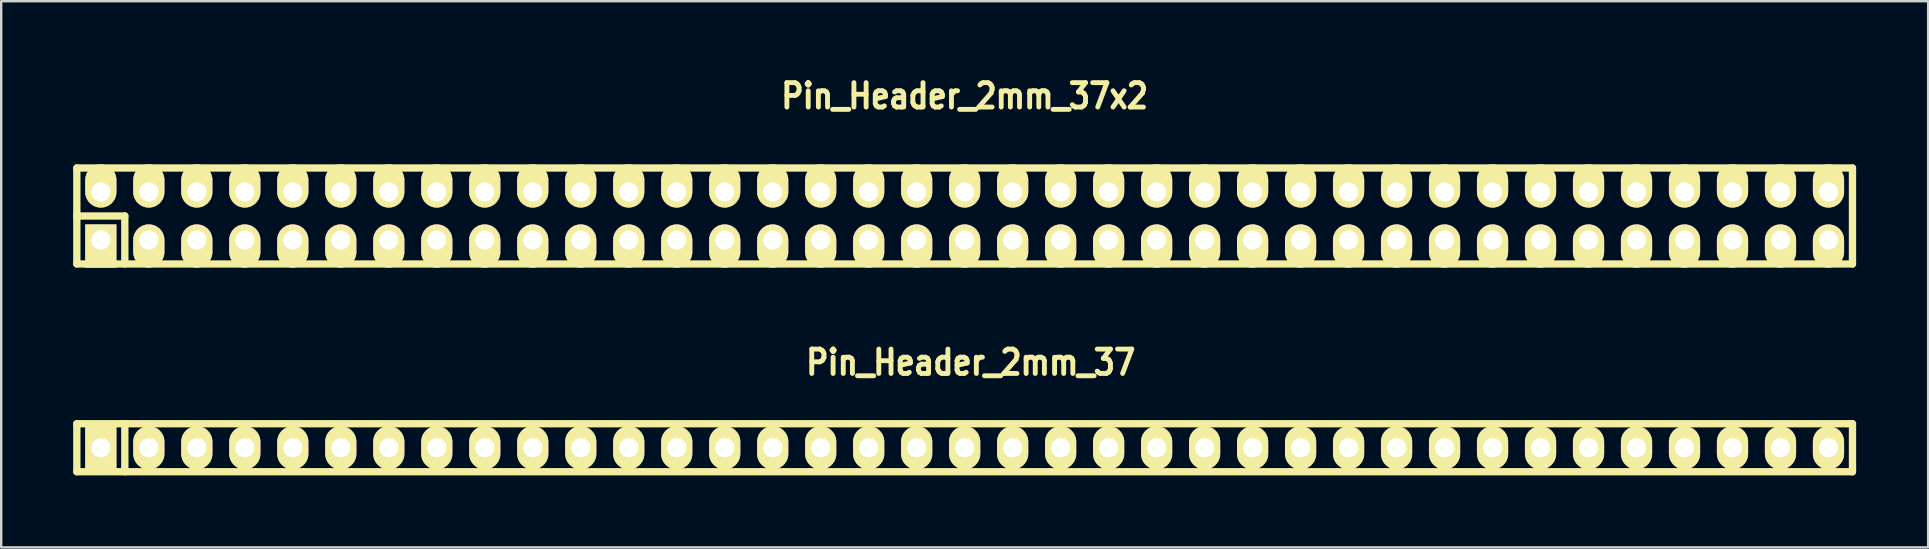
<source format=kicad_pcb>
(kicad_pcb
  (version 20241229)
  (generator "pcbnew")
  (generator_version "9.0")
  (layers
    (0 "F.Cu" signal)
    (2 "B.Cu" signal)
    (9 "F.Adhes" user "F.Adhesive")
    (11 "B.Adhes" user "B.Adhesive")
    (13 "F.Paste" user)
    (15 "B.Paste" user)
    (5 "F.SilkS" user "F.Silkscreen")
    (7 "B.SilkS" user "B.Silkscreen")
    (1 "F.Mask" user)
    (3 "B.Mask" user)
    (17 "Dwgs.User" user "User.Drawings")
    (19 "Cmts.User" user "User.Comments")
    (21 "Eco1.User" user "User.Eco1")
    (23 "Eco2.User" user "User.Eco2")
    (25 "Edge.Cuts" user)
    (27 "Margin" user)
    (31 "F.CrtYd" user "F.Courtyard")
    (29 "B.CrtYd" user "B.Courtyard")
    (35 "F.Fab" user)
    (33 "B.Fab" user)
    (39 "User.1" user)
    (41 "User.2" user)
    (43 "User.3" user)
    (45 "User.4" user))
  (footprint "Pin_Header_2mm_37x2"
    (layer "F.Cu")
    (at 37.152 5.951)
    (property "Reference" "Pin_Header_2mm_37x2" (at 0 -5 0) (layer "F.SilkS") (effects (font (size 1.016 0.889) (thickness 0.203))))
    (attr through_hole)
    (fp_line (start -37 -2) (end 37 -2) (stroke (width 0.305) (type solid)) (layer "F.SilkS"))
    (fp_line (start -37 0) (end -35 0) (stroke (width 0.305) (type solid)) (layer "F.SilkS"))
    (fp_line (start -37 2) (end -37 -2) (stroke (width 0.305) (type solid)) (layer "F.SilkS"))
    (fp_line (start -35 0) (end -35 2) (stroke (width 0.305) (type solid)) (layer "F.SilkS"))
    (fp_line (start 37 -2) (end 37 2) (stroke (width 0.305) (type solid)) (layer "F.SilkS"))
    (fp_line (start 37 2) (end -37 2) (stroke (width 0.305) (type solid)) (layer "F.SilkS"))
    (pad "1" thru_hole rect (at -36 1) (size 1.3 1.8) (drill 0.8 (offset 0 0.25)) (layers "*.Cu" "*.Mask" "F.SilkS"))
    (pad "2" thru_hole oval (at -36 -1) (size 1.3 1.8) (drill 0.8 (offset 0 -0.25)) (layers "*.Cu" "*.Mask" "F.SilkS"))
    (pad "3" thru_hole oval (at -34 1) (size 1.3 1.8) (drill 0.8 (offset 0 0.25)) (layers "*.Cu" "*.Mask" "F.SilkS"))
    (pad "4" thru_hole oval (at -34 -1) (size 1.3 1.8) (drill 0.8 (offset 0 -0.25)) (layers "*.Cu" "*.Mask" "F.SilkS"))
    (pad "5" thru_hole oval (at -32 1) (size 1.3 1.8) (drill 0.8 (offset 0 0.25)) (layers "*.Cu" "*.Mask" "F.SilkS"))
    (pad "6" thru_hole oval (at -32 -1) (size 1.3 1.8) (drill 0.8 (offset 0 -0.25)) (layers "*.Cu" "*.Mask" "F.SilkS"))
    (pad "7" thru_hole oval (at -30 1) (size 1.3 1.8) (drill 0.8 (offset 0 0.25)) (layers "*.Cu" "*.Mask" "F.SilkS"))
    (pad "8" thru_hole oval (at -30 -1) (size 1.3 1.8) (drill 0.8 (offset 0 -0.25)) (layers "*.Cu" "*.Mask" "F.SilkS"))
    (pad "9" thru_hole oval (at -28 1) (size 1.3 1.8) (drill 0.8 (offset 0 0.25)) (layers "*.Cu" "*.Mask" "F.SilkS"))
    (pad "10" thru_hole oval (at -28 -1) (size 1.3 1.8) (drill 0.8 (offset 0 -0.25)) (layers "*.Cu" "*.Mask" "F.SilkS"))
    (pad "11" thru_hole oval (at -26 1) (size 1.3 1.8) (drill 0.8 (offset 0 0.25)) (layers "*.Cu" "*.Mask" "F.SilkS"))
    (pad "12" thru_hole oval (at -26 -1) (size 1.3 1.8) (drill 0.8 (offset 0 -0.25)) (layers "*.Cu" "*.Mask" "F.SilkS"))
    (pad "13" thru_hole oval (at -24 1) (size 1.3 1.8) (drill 0.8 (offset 0 0.25)) (layers "*.Cu" "*.Mask" "F.SilkS"))
    (pad "14" thru_hole oval (at -24 -1) (size 1.3 1.8) (drill 0.8 (offset 0 -0.25)) (layers "*.Cu" "*.Mask" "F.SilkS"))
    (pad "15" thru_hole oval (at -22 1) (size 1.3 1.8) (drill 0.8 (offset 0 0.25)) (layers "*.Cu" "*.Mask" "F.SilkS"))
    (pad "16" thru_hole oval (at -22 -1) (size 1.3 1.8) (drill 0.8 (offset 0 -0.25)) (layers "*.Cu" "*.Mask" "F.SilkS"))
    (pad "17" thru_hole oval (at -20 1) (size 1.3 1.8) (drill 0.8 (offset 0 0.25)) (layers "*.Cu" "*.Mask" "F.SilkS"))
    (pad "18" thru_hole oval (at -20 -1) (size 1.3 1.8) (drill 0.8 (offset 0 -0.25)) (layers "*.Cu" "*.Mask" "F.SilkS"))
    (pad "19" thru_hole oval (at -18 1) (size 1.3 1.8) (drill 0.8 (offset 0 0.25)) (layers "*.Cu" "*.Mask" "F.SilkS"))
    (pad "20" thru_hole oval (at -18 -1) (size 1.3 1.8) (drill 0.8 (offset 0 -0.25)) (layers "*.Cu" "*.Mask" "F.SilkS"))
    (pad "21" thru_hole oval (at -16 1) (size 1.3 1.8) (drill 0.8 (offset 0 0.25)) (layers "*.Cu" "*.Mask" "F.SilkS"))
    (pad "22" thru_hole oval (at -16 -1) (size 1.3 1.8) (drill 0.8 (offset 0 -0.25)) (layers "*.Cu" "*.Mask" "F.SilkS"))
    (pad "23" thru_hole oval (at -14 1) (size 1.3 1.8) (drill 0.8 (offset 0 0.25)) (layers "*.Cu" "*.Mask" "F.SilkS"))
    (pad "24" thru_hole oval (at -14 -1) (size 1.3 1.8) (drill 0.8 (offset 0 -0.25)) (layers "*.Cu" "*.Mask" "F.SilkS"))
    (pad "25" thru_hole oval (at -12 1) (size 1.3 1.8) (drill 0.8 (offset 0 0.25)) (layers "*.Cu" "*.Mask" "F.SilkS"))
    (pad "26" thru_hole oval (at -12 -1) (size 1.3 1.8) (drill 0.8 (offset 0 -0.25)) (layers "*.Cu" "*.Mask" "F.SilkS"))
    (pad "27" thru_hole oval (at -10 1) (size 1.3 1.8) (drill 0.8 (offset 0 0.25)) (layers "*.Cu" "*.Mask" "F.SilkS"))
    (pad "28" thru_hole oval (at -10 -1) (size 1.3 1.8) (drill 0.8 (offset 0 -0.25)) (layers "*.Cu" "*.Mask" "F.SilkS"))
    (pad "29" thru_hole oval (at -8 1) (size 1.3 1.8) (drill 0.8 (offset 0 0.25)) (layers "*.Cu" "*.Mask" "F.SilkS"))
    (pad "30" thru_hole oval (at -8 -1) (size 1.3 1.8) (drill 0.8 (offset 0 -0.25)) (layers "*.Cu" "*.Mask" "F.SilkS"))
    (pad "31" thru_hole oval (at -6 1) (size 1.3 1.8) (drill 0.8 (offset 0 0.25)) (layers "*.Cu" "*.Mask" "F.SilkS"))
    (pad "32" thru_hole oval (at -6 -1) (size 1.3 1.8) (drill 0.8 (offset 0 -0.25)) (layers "*.Cu" "*.Mask" "F.SilkS"))
    (pad "33" thru_hole oval (at -4 1) (size 1.3 1.8) (drill 0.8 (offset 0 0.25)) (layers "*.Cu" "*.Mask" "F.SilkS"))
    (pad "34" thru_hole oval (at -4 -1) (size 1.3 1.8) (drill 0.8 (offset 0 -0.25)) (layers "*.Cu" "*.Mask" "F.SilkS"))
    (pad "35" thru_hole oval (at -2 1) (size 1.3 1.8) (drill 0.8 (offset 0 0.25)) (layers "*.Cu" "*.Mask" "F.SilkS"))
    (pad "36" thru_hole oval (at -2 -1) (size 1.3 1.8) (drill 0.8 (offset 0 -0.25)) (layers "*.Cu" "*.Mask" "F.SilkS"))
    (pad "37" thru_hole oval (at 0 1) (size 1.3 1.8) (drill 0.8 (offset 0 0.25)) (layers "*.Cu" "*.Mask" "F.SilkS"))
    (pad "38" thru_hole oval (at 0 -1) (size 1.3 1.8) (drill 0.8 (offset 0 -0.25)) (layers "*.Cu" "*.Mask" "F.SilkS"))
    (pad "39" thru_hole oval (at 2 1) (size 1.3 1.8) (drill 0.8 (offset 0 0.25)) (layers "*.Cu" "*.Mask" "F.SilkS"))
    (pad "40" thru_hole oval (at 2 -1) (size 1.3 1.8) (drill 0.8 (offset 0 -0.25)) (layers "*.Cu" "*.Mask" "F.SilkS"))
    (pad "41" thru_hole oval (at 4 1) (size 1.3 1.8) (drill 0.8 (offset 0 0.25)) (layers "*.Cu" "*.Mask" "F.SilkS"))
    (pad "42" thru_hole oval (at 4 -1) (size 1.3 1.8) (drill 0.8 (offset 0 -0.25)) (layers "*.Cu" "*.Mask" "F.SilkS"))
    (pad "43" thru_hole oval (at 6 1) (size 1.3 1.8) (drill 0.8 (offset 0 0.25)) (layers "*.Cu" "*.Mask" "F.SilkS"))
    (pad "44" thru_hole oval (at 6 -1) (size 1.3 1.8) (drill 0.8 (offset 0 -0.25)) (layers "*.Cu" "*.Mask" "F.SilkS"))
    (pad "45" thru_hole oval (at 8 1) (size 1.3 1.8) (drill 0.8 (offset 0 0.25)) (layers "*.Cu" "*.Mask" "F.SilkS"))
    (pad "46" thru_hole oval (at 8 -1) (size 1.3 1.8) (drill 0.8 (offset 0 -0.25)) (layers "*.Cu" "*.Mask" "F.SilkS"))
    (pad "47" thru_hole oval (at 10 1) (size 1.3 1.8) (drill 0.8 (offset 0 0.25)) (layers "*.Cu" "*.Mask" "F.SilkS"))
    (pad "48" thru_hole oval (at 10 -1) (size 1.3 1.8) (drill 0.8 (offset 0 -0.25)) (layers "*.Cu" "*.Mask" "F.SilkS"))
    (pad "49" thru_hole oval (at 12 1) (size 1.3 1.8) (drill 0.8 (offset 0 0.25)) (layers "*.Cu" "*.Mask" "F.SilkS"))
    (pad "50" thru_hole oval (at 12 -1) (size 1.3 1.8) (drill 0.8 (offset 0 -0.25)) (layers "*.Cu" "*.Mask" "F.SilkS"))
    (pad "51" thru_hole oval (at 14 1) (size 1.3 1.8) (drill 0.8 (offset 0 0.25)) (layers "*.Cu" "*.Mask" "F.SilkS"))
    (pad "52" thru_hole oval (at 14 -1) (size 1.3 1.8) (drill 0.8 (offset 0 -0.25)) (layers "*.Cu" "*.Mask" "F.SilkS"))
    (pad "53" thru_hole oval (at 16 1) (size 1.3 1.8) (drill 0.8 (offset 0 0.25)) (layers "*.Cu" "*.Mask" "F.SilkS"))
    (pad "54" thru_hole oval (at 16 -1) (size 1.3 1.8) (drill 0.8 (offset 0 -0.25)) (layers "*.Cu" "*.Mask" "F.SilkS"))
    (pad "55" thru_hole oval (at 18 1) (size 1.3 1.8) (drill 0.8 (offset 0 0.25)) (layers "*.Cu" "*.Mask" "F.SilkS"))
    (pad "56" thru_hole oval (at 18 -1) (size 1.3 1.8) (drill 0.8 (offset 0 -0.25)) (layers "*.Cu" "*.Mask" "F.SilkS"))
    (pad "57" thru_hole oval (at 20 1) (size 1.3 1.8) (drill 0.8 (offset 0 0.25)) (layers "*.Cu" "*.Mask" "F.SilkS"))
    (pad "58" thru_hole oval (at 20 -1) (size 1.3 1.8) (drill 0.8 (offset 0 -0.25)) (layers "*.Cu" "*.Mask" "F.SilkS"))
    (pad "59" thru_hole oval (at 22 1) (size 1.3 1.8) (drill 0.8 (offset 0 0.25)) (layers "*.Cu" "*.Mask" "F.SilkS"))
    (pad "60" thru_hole oval (at 22 -1) (size 1.3 1.8) (drill 0.8 (offset 0 -0.25)) (layers "*.Cu" "*.Mask" "F.SilkS"))
    (pad "61" thru_hole oval (at 24 1) (size 1.3 1.8) (drill 0.8 (offset 0 0.25)) (layers "*.Cu" "*.Mask" "F.SilkS"))
    (pad "62" thru_hole oval (at 24 -1) (size 1.3 1.8) (drill 0.8 (offset 0 -0.25)) (layers "*.Cu" "*.Mask" "F.SilkS"))
    (pad "63" thru_hole oval (at 26 1) (size 1.3 1.8) (drill 0.8 (offset 0 0.25)) (layers "*.Cu" "*.Mask" "F.SilkS"))
    (pad "64" thru_hole oval (at 26 -1) (size 1.3 1.8) (drill 0.8 (offset 0 -0.25)) (layers "*.Cu" "*.Mask" "F.SilkS"))
    (pad "65" thru_hole oval (at 28 1) (size 1.3 1.8) (drill 0.8 (offset 0 0.25)) (layers "*.Cu" "*.Mask" "F.SilkS"))
    (pad "66" thru_hole oval (at 28 -1) (size 1.3 1.8) (drill 0.8 (offset 0 -0.25)) (layers "*.Cu" "*.Mask" "F.SilkS"))
    (pad "67" thru_hole oval (at 30 1) (size 1.3 1.8) (drill 0.8 (offset 0 0.25)) (layers "*.Cu" "*.Mask" "F.SilkS"))
    (pad "68" thru_hole oval (at 30 -1) (size 1.3 1.8) (drill 0.8 (offset 0 -0.25)) (layers "*.Cu" "*.Mask" "F.SilkS"))
    (pad "69" thru_hole oval (at 32 1) (size 1.3 1.8) (drill 0.8 (offset 0 0.25)) (layers "*.Cu" "*.Mask" "F.SilkS"))
    (pad "70" thru_hole oval (at 32 -1) (size 1.3 1.8) (drill 0.8 (offset 0 -0.25)) (layers "*.Cu" "*.Mask" "F.SilkS"))
    (pad "71" thru_hole oval (at 34 1) (size 1.3 1.8) (drill 0.8 (offset 0 0.25)) (layers "*.Cu" "*.Mask" "F.SilkS"))
    (pad "72" thru_hole oval (at 34 -1) (size 1.3 1.8) (drill 0.8 (offset 0 -0.25)) (layers "*.Cu" "*.Mask" "F.SilkS"))
    (pad "73" thru_hole oval (at 36 1) (size 1.3 1.8) (drill 0.8 (offset 0 0.25)) (layers "*.Cu" "*.Mask" "F.SilkS"))
    (pad "74" thru_hole oval (at 36 -1) (size 1.3 1.8) (drill 0.8 (offset 0 -0.25)) (layers "*.Cu" "*.Mask" "F.SilkS")))
  (footprint "Pin_Header_2mm_37"
    (layer "F.Cu")
    (at 37.152 15.61)
    (property "Reference" "Pin_Header_2mm_37" (at 0.254 -3.556 0) (layer "F.SilkS") (effects (font (size 1.016 0.889) (thickness 0.203))))
    (attr through_hole)
    (fp_line (start -37 -1) (end 37 -1) (stroke (width 0.305) (type solid)) (layer "F.SilkS"))
    (fp_line (start -37 1) (end -37 -1) (stroke (width 0.305) (type solid)) (layer "F.SilkS"))
    (fp_line (start -35 -1) (end -35 1) (stroke (width 0.305) (type solid)) (layer "F.SilkS"))
    (fp_line (start 37 -1) (end 37 1) (stroke (width 0.305) (type solid)) (layer "F.SilkS"))
    (fp_line (start 37 1) (end -37 1) (stroke (width 0.305) (type solid)) (layer "F.SilkS"))
    (pad "1" thru_hole rect (at -36 0) (size 1.3 1.8) (drill 0.8) (layers "*.Cu" "*.Mask" "F.SilkS"))
    (pad "2" thru_hole oval (at -34 0) (size 1.3 1.8) (drill 0.8) (layers "*.Cu" "*.Mask" "F.SilkS"))
    (pad "3" thru_hole oval (at -32 0) (size 1.3 1.8) (drill 0.8) (layers "*.Cu" "*.Mask" "F.SilkS"))
    (pad "4" thru_hole oval (at -30 0) (size 1.3 1.8) (drill 0.8) (layers "*.Cu" "*.Mask" "F.SilkS"))
    (pad "5" thru_hole oval (at -28 0) (size 1.3 1.8) (drill 0.8) (layers "*.Cu" "*.Mask" "F.SilkS"))
    (pad "6" thru_hole oval (at -26 0) (size 1.3 1.8) (drill 0.8) (layers "*.Cu" "*.Mask" "F.SilkS"))
    (pad "7" thru_hole oval (at -24 0) (size 1.3 1.8) (drill 0.8) (layers "*.Cu" "*.Mask" "F.SilkS"))
    (pad "8" thru_hole oval (at -22 0) (size 1.3 1.8) (drill 0.8) (layers "*.Cu" "*.Mask" "F.SilkS"))
    (pad "9" thru_hole oval (at -20 0) (size 1.3 1.8) (drill 0.8) (layers "*.Cu" "*.Mask" "F.SilkS"))
    (pad "10" thru_hole oval (at -18 0) (size 1.3 1.8) (drill 0.8) (layers "*.Cu" "*.Mask" "F.SilkS"))
    (pad "11" thru_hole oval (at -16 0) (size 1.3 1.8) (drill 0.8) (layers "*.Cu" "*.Mask" "F.SilkS"))
    (pad "12" thru_hole oval (at -14 0) (size 1.3 1.8) (drill 0.8) (layers "*.Cu" "*.Mask" "F.SilkS"))
    (pad "13" thru_hole oval (at -12 0) (size 1.3 1.8) (drill 0.8) (layers "*.Cu" "*.Mask" "F.SilkS"))
    (pad "14" thru_hole oval (at -10 0) (size 1.3 1.8) (drill 0.8) (layers "*.Cu" "*.Mask" "F.SilkS"))
    (pad "15" thru_hole oval (at -8 0) (size 1.3 1.8) (drill 0.8) (layers "*.Cu" "*.Mask" "F.SilkS"))
    (pad "16" thru_hole oval (at -6 0) (size 1.3 1.8) (drill 0.8) (layers "*.Cu" "*.Mask" "F.SilkS"))
    (pad "17" thru_hole oval (at -4 0) (size 1.3 1.8) (drill 0.8) (layers "*.Cu" "*.Mask" "F.SilkS"))
    (pad "18" thru_hole oval (at -2 0) (size 1.3 1.8) (drill 0.8) (layers "*.Cu" "*.Mask" "F.SilkS"))
    (pad "19" thru_hole oval (at 0 0) (size 1.3 1.8) (drill 0.8) (layers "*.Cu" "*.Mask" "F.SilkS"))
    (pad "20" thru_hole oval (at 2 0) (size 1.3 1.8) (drill 0.8) (layers "*.Cu" "*.Mask" "F.SilkS"))
    (pad "21" thru_hole oval (at 4 0) (size 1.3 1.8) (drill 0.8) (layers "*.Cu" "*.Mask" "F.SilkS"))
    (pad "22" thru_hole oval (at 6 0) (size 1.3 1.8) (drill 0.8) (layers "*.Cu" "*.Mask" "F.SilkS"))
    (pad "23" thru_hole oval (at 8 0) (size 1.3 1.8) (drill 0.8) (layers "*.Cu" "*.Mask" "F.SilkS"))
    (pad "24" thru_hole oval (at 10 0) (size 1.3 1.8) (drill 0.8) (layers "*.Cu" "*.Mask" "F.SilkS"))
    (pad "25" thru_hole oval (at 12 0) (size 1.3 1.8) (drill 0.8) (layers "*.Cu" "*.Mask" "F.SilkS"))
    (pad "26" thru_hole oval (at 14 0) (size 1.3 1.8) (drill 0.8) (layers "*.Cu" "*.Mask" "F.SilkS"))
    (pad "27" thru_hole oval (at 16 0) (size 1.3 1.8) (drill 0.8) (layers "*.Cu" "*.Mask" "F.SilkS"))
    (pad "28" thru_hole oval (at 18 0) (size 1.3 1.8) (drill 0.8) (layers "*.Cu" "*.Mask" "F.SilkS"))
    (pad "29" thru_hole oval (at 20 0) (size 1.3 1.8) (drill 0.8) (layers "*.Cu" "*.Mask" "F.SilkS"))
    (pad "30" thru_hole oval (at 22 0) (size 1.3 1.8) (drill 0.8) (layers "*.Cu" "*.Mask" "F.SilkS"))
    (pad "31" thru_hole oval (at 24 0) (size 1.3 1.8) (drill 0.8) (layers "*.Cu" "*.Mask" "F.SilkS"))
    (pad "32" thru_hole oval (at 26 0) (size 1.3 1.8) (drill 0.8) (layers "*.Cu" "*.Mask" "F.SilkS"))
    (pad "33" thru_hole oval (at 28 0) (size 1.3 1.8) (drill 0.8) (layers "*.Cu" "*.Mask" "F.SilkS"))
    (pad "34" thru_hole oval (at 30 0) (size 1.3 1.8) (drill 0.8) (layers "*.Cu" "*.Mask" "F.SilkS"))
    (pad "35" thru_hole oval (at 32 0) (size 1.3 1.8) (drill 0.8) (layers "*.Cu" "*.Mask" "F.SilkS"))
    (pad "36" thru_hole oval (at 34 0) (size 1.3 1.8) (drill 0.8) (layers "*.Cu" "*.Mask" "F.SilkS"))
    (pad "37" thru_hole oval (at 36 0) (size 1.3 1.8) (drill 0.8) (layers "*.Cu" "*.Mask" "F.SilkS")))
  (gr_rect
    (start -3 -3)
    (end 77.305 19.763)
    (stroke (width 0.1) (type default))
    (fill no)
    (layer "Edge.Cuts")))
</source>
